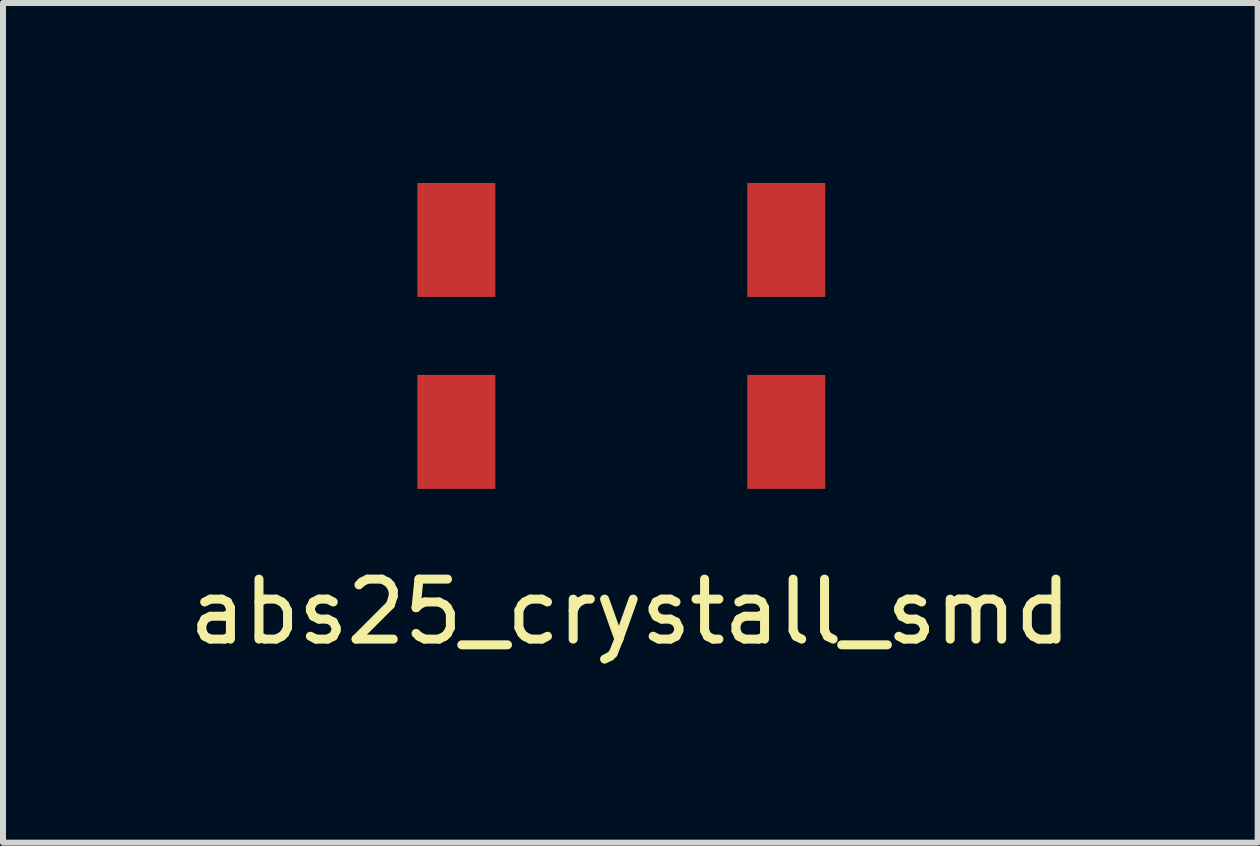
<source format=kicad_pcb>
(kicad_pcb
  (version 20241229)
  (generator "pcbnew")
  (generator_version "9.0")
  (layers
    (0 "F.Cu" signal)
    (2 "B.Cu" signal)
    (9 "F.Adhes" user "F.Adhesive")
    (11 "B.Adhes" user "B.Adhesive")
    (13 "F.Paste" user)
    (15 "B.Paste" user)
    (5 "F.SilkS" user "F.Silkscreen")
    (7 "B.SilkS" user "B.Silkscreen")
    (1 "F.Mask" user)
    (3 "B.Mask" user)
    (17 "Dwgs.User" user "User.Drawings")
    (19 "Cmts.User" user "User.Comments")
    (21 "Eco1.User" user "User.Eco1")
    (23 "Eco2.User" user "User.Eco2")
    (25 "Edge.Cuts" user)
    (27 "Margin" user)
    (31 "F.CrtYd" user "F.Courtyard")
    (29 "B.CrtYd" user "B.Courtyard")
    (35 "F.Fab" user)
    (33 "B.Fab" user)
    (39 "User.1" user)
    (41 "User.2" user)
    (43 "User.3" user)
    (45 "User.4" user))
  (footprint "abs25_crystall_smd"
    (layer "F.Cu")
    (at 7.458 2.55)
    (property "Reference" "abs25_crystall_smd" (at 0 4.6 0) (layer "F.SilkS") (effects (font (size 1 1) (thickness 0.15))))
    (attr through_hole)
    (pad "1" smd rect (at -2.9 1.6) (size 1.3 1.9) (layers "F.Cu" "F.Mask" "F.Paste"))
    (pad "2" smd rect (at 2.6 1.6) (size 1.3 1.9) (layers "F.Cu" "F.Mask" "F.Paste"))
    (pad "3" smd rect (at 2.6 -1.6) (size 1.3 1.9) (layers "F.Cu" "F.Mask" "F.Paste"))
    (pad "4" smd rect (at -2.9 -1.6) (size 1.3 1.9) (layers "F.Cu" "F.Mask" "F.Paste")))
  (gr_rect
    (start -3 -3)
    (end 17.917 10.998)
    (stroke (width 0.1) (type default))
    (fill no)
    (layer "Edge.Cuts")))
</source>
